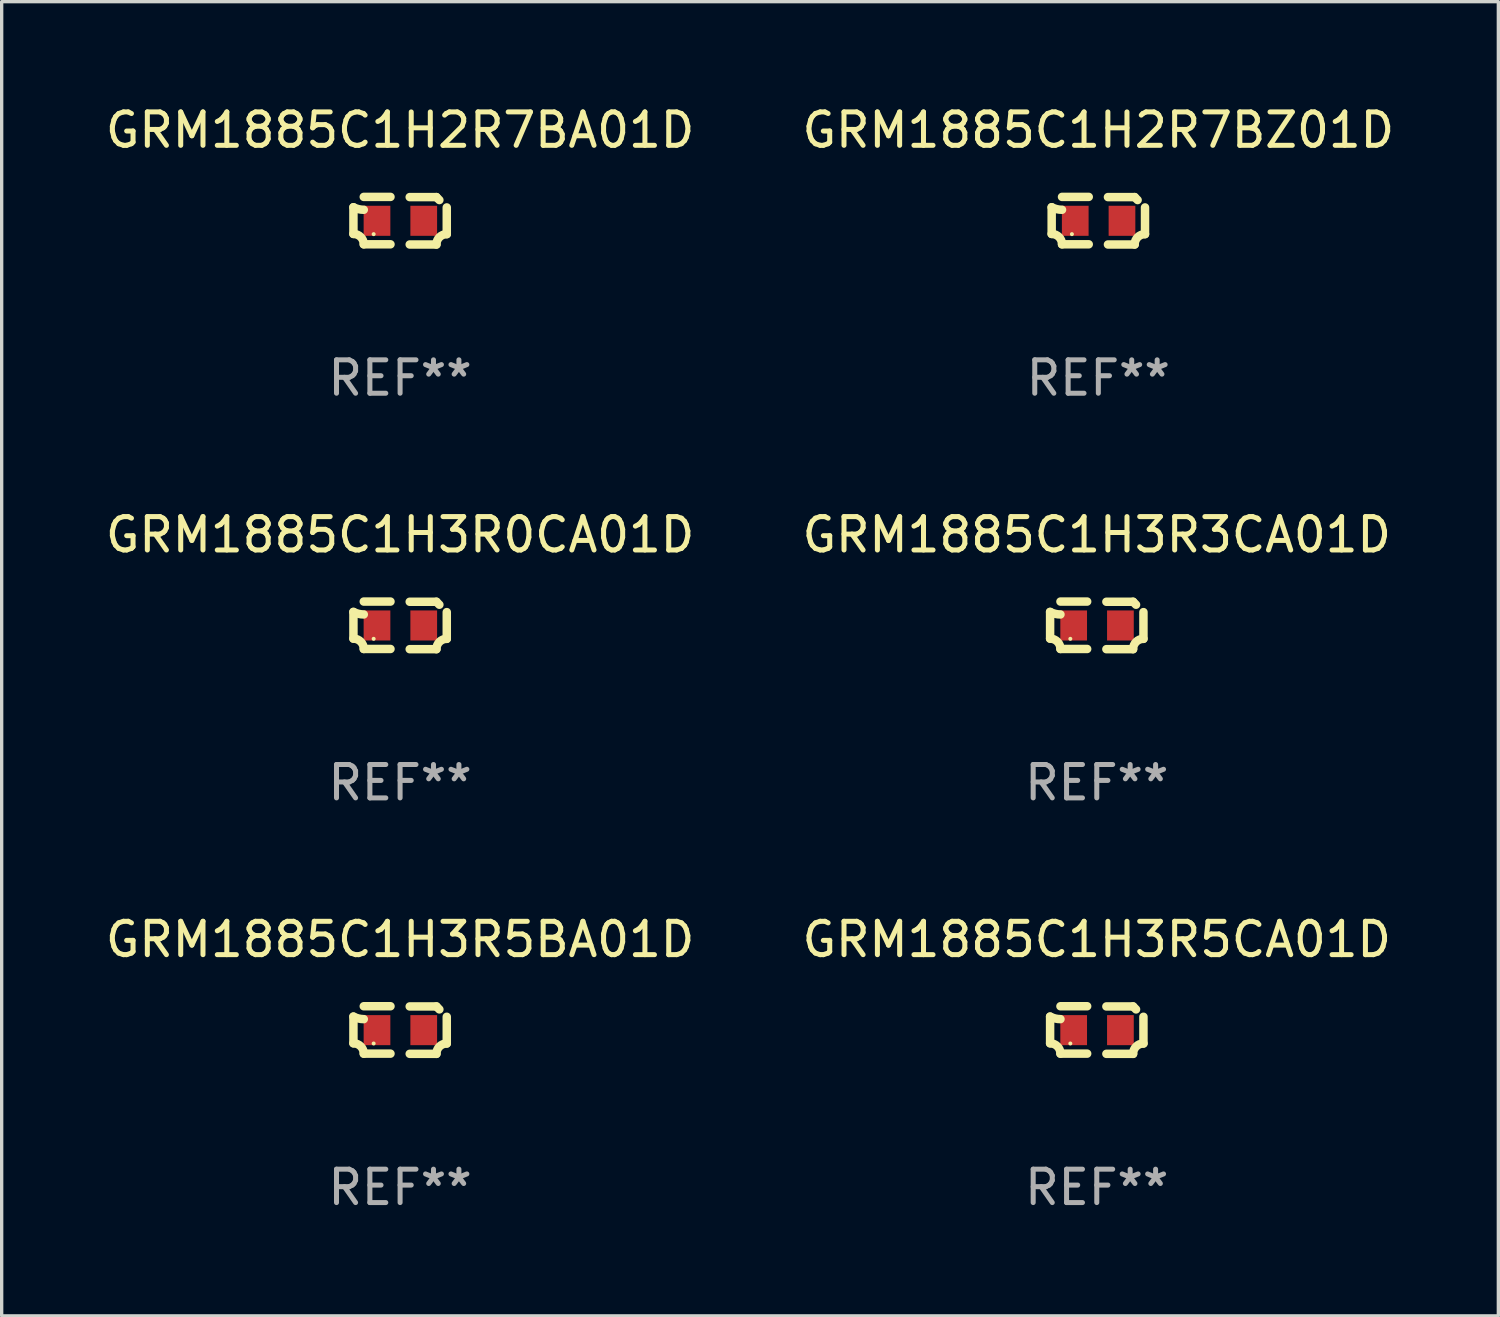
<source format=kicad_pcb>
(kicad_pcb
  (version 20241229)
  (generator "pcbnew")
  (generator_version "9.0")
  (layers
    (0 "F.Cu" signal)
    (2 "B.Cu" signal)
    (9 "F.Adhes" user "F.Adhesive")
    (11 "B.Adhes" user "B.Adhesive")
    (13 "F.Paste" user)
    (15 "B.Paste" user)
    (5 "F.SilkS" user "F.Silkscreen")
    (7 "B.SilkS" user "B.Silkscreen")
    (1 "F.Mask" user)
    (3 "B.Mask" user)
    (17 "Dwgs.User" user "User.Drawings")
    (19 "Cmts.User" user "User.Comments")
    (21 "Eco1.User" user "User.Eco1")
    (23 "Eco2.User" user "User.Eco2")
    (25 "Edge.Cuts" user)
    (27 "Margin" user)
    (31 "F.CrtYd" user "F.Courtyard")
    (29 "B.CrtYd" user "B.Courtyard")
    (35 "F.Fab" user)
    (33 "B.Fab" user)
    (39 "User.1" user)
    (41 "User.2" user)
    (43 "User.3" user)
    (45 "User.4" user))
  (footprint "GRM1885C1H2R7BA01D"
    (layer "F.Cu")
    (at 8.935 3.561)
    (property "Reference" "GRM1885C1H2R7BA01D" (at 0 -2.713 0) (layer "F.SilkS") (effects (font (size 1 1) (thickness 0.15))))
    (attr through_hole)
    (fp_line (start -1.398 -0.403) (end -1.398 0.397) (stroke (width 0.254) (type solid)) (layer "F.SilkS"))
    (fp_line (start -0.288 -0.713) (end -1.088 -0.713) (stroke (width 0.254) (type solid)) (layer "F.SilkS"))
    (fp_line (start -0.288 0.707) (end -1.088 0.707) (stroke (width 0.254) (type solid)) (layer "F.SilkS"))
    (fp_line (start 0.288 -0.707) (end 1.088 -0.707) (stroke (width 0.254) (type solid)) (layer "F.SilkS"))
    (fp_line (start 0.288 0.713) (end 1.088 0.713) (stroke (width 0.254) (type solid)) (layer "F.SilkS"))
    (fp_line (start 1.398 -0.397) (end 1.398 0.403) (stroke (width 0.254) (type solid)) (layer "F.SilkS"))
    (fp_arc (start -1.397789 0.397066) (mid -1.178701 0.487826) (end -1.08796 0.706922) (stroke (width 0.254001) (type solid)) (layer "F.SilkS"))
    (fp_arc (start -1.08796 -0.327176) (mid -1.247436 -0.346384) (end -1.39779 -0.402908) (stroke (width 0.254001) (type solid)) (layer "F.SilkS"))
    (fp_arc (start 1.087909 0.712738) (mid 1.178656 0.493655) (end 1.397739 0.402908) (stroke (width 0.254001) (type solid)) (layer "F.SilkS"))
    (fp_arc (start 1.175925 -0.618926) (mid 1.131917 -0.662923) (end 1.08791 -0.706922) (stroke (width 0.254001) (type solid)) (layer "F.SilkS"))
    (fp_circle (center -0.792 0.403) (end -0.762 0.403) (stroke (width 0.06) (type solid)) (fill no) (layer "F.SilkS"))
    (fp_text user "REF**" (at 0 4.713 0) (layer "F.Fab") (effects (font (size 1 1) (thickness 0.15))))
    (pad "1" smd rect (at -0.692 0.003) (size 0.8 0.9) (layers "F.Cu" "F.Mask" "F.Paste"))
    (pad "2" smd rect (at 0.708 0.003) (size 0.8 0.9) (layers "F.Cu" "F.Mask" "F.Paste")))
  (footprint "GRM1885C1H3R5BA01D"
    (layer "F.Cu")
    (at 8.935 27.805)
    (property "Reference" "GRM1885C1H3R5BA01D" (at 0 -2.713 0) (layer "F.SilkS") (effects (font (size 1 1) (thickness 0.15))))
    (attr through_hole)
    (fp_line (start -1.398 -0.403) (end -1.398 0.397) (stroke (width 0.254) (type solid)) (layer "F.SilkS"))
    (fp_line (start -0.288 -0.713) (end -1.088 -0.713) (stroke (width 0.254) (type solid)) (layer "F.SilkS"))
    (fp_line (start -0.288 0.707) (end -1.088 0.707) (stroke (width 0.254) (type solid)) (layer "F.SilkS"))
    (fp_line (start 0.288 -0.707) (end 1.088 -0.707) (stroke (width 0.254) (type solid)) (layer "F.SilkS"))
    (fp_line (start 0.288 0.713) (end 1.088 0.713) (stroke (width 0.254) (type solid)) (layer "F.SilkS"))
    (fp_line (start 1.398 -0.397) (end 1.398 0.403) (stroke (width 0.254) (type solid)) (layer "F.SilkS"))
    (fp_arc (start -1.397789 0.397066) (mid -1.178701 0.487826) (end -1.08796 0.706922) (stroke (width 0.254001) (type solid)) (layer "F.SilkS"))
    (fp_arc (start -1.08796 -0.327176) (mid -1.247436 -0.346384) (end -1.39779 -0.402908) (stroke (width 0.254001) (type solid)) (layer "F.SilkS"))
    (fp_arc (start 1.087909 0.712738) (mid 1.178656 0.493655) (end 1.397739 0.402908) (stroke (width 0.254001) (type solid)) (layer "F.SilkS"))
    (fp_arc (start 1.175925 -0.618926) (mid 1.131917 -0.662923) (end 1.08791 -0.706922) (stroke (width 0.254001) (type solid)) (layer "F.SilkS"))
    (fp_circle (center -0.792 0.403) (end -0.762 0.403) (stroke (width 0.06) (type solid)) (fill no) (layer "F.SilkS"))
    (fp_text user "REF**" (at 0 4.713 0) (layer "F.Fab") (effects (font (size 1 1) (thickness 0.15))))
    (pad "1" smd rect (at -0.692 0.003) (size 0.8 0.9) (layers "F.Cu" "F.Mask" "F.Paste"))
    (pad "2" smd rect (at 0.708 0.003) (size 0.8 0.9) (layers "F.Cu" "F.Mask" "F.Paste")))
  (footprint "GRM1885C1H3R5CA01D"
    (layer "F.Cu")
    (at 29.804 27.805)
    (property "Reference" "GRM1885C1H3R5CA01D" (at 0 -2.713 0) (layer "F.SilkS") (effects (font (size 1 1) (thickness 0.15))))
    (attr through_hole)
    (fp_line (start -1.398 -0.403) (end -1.398 0.397) (stroke (width 0.254) (type solid)) (layer "F.SilkS"))
    (fp_line (start -0.288 -0.713) (end -1.088 -0.713) (stroke (width 0.254) (type solid)) (layer "F.SilkS"))
    (fp_line (start -0.288 0.707) (end -1.088 0.707) (stroke (width 0.254) (type solid)) (layer "F.SilkS"))
    (fp_line (start 0.288 -0.707) (end 1.088 -0.707) (stroke (width 0.254) (type solid)) (layer "F.SilkS"))
    (fp_line (start 0.288 0.713) (end 1.088 0.713) (stroke (width 0.254) (type solid)) (layer "F.SilkS"))
    (fp_line (start 1.398 -0.397) (end 1.398 0.403) (stroke (width 0.254) (type solid)) (layer "F.SilkS"))
    (fp_arc (start -1.397789 0.397066) (mid -1.178701 0.487826) (end -1.08796 0.706922) (stroke (width 0.254001) (type solid)) (layer "F.SilkS"))
    (fp_arc (start -1.08796 -0.327176) (mid -1.247436 -0.346384) (end -1.39779 -0.402908) (stroke (width 0.254001) (type solid)) (layer "F.SilkS"))
    (fp_arc (start 1.087909 0.712738) (mid 1.178656 0.493655) (end 1.397739 0.402908) (stroke (width 0.254001) (type solid)) (layer "F.SilkS"))
    (fp_arc (start 1.175925 -0.618926) (mid 1.131917 -0.662923) (end 1.08791 -0.706922) (stroke (width 0.254001) (type solid)) (layer "F.SilkS"))
    (fp_circle (center -0.792 0.403) (end -0.762 0.403) (stroke (width 0.06) (type solid)) (fill no) (layer "F.SilkS"))
    (fp_text user "REF**" (at 0 4.713 0) (layer "F.Fab") (effects (font (size 1 1) (thickness 0.15))))
    (pad "1" smd rect (at -0.692 0.003) (size 0.8 0.9) (layers "F.Cu" "F.Mask" "F.Paste"))
    (pad "2" smd rect (at 0.708 0.003) (size 0.8 0.9) (layers "F.Cu" "F.Mask" "F.Paste")))
  (footprint "GRM1885C1H3R0CA01D"
    (layer "F.Cu")
    (at 8.935 15.683)
    (property "Reference" "GRM1885C1H3R0CA01D" (at 0 -2.713 0) (layer "F.SilkS") (effects (font (size 1 1) (thickness 0.15))))
    (attr through_hole)
    (fp_line (start -1.398 -0.403) (end -1.398 0.397) (stroke (width 0.254) (type solid)) (layer "F.SilkS"))
    (fp_line (start -0.288 -0.713) (end -1.088 -0.713) (stroke (width 0.254) (type solid)) (layer "F.SilkS"))
    (fp_line (start -0.288 0.707) (end -1.088 0.707) (stroke (width 0.254) (type solid)) (layer "F.SilkS"))
    (fp_line (start 0.288 -0.707) (end 1.088 -0.707) (stroke (width 0.254) (type solid)) (layer "F.SilkS"))
    (fp_line (start 0.288 0.713) (end 1.088 0.713) (stroke (width 0.254) (type solid)) (layer "F.SilkS"))
    (fp_line (start 1.398 -0.397) (end 1.398 0.403) (stroke (width 0.254) (type solid)) (layer "F.SilkS"))
    (fp_arc (start -1.397789 0.397066) (mid -1.178701 0.487826) (end -1.08796 0.706922) (stroke (width 0.254001) (type solid)) (layer "F.SilkS"))
    (fp_arc (start -1.08796 -0.327176) (mid -1.247436 -0.346384) (end -1.39779 -0.402908) (stroke (width 0.254001) (type solid)) (layer "F.SilkS"))
    (fp_arc (start 1.087909 0.712738) (mid 1.178656 0.493655) (end 1.397739 0.402908) (stroke (width 0.254001) (type solid)) (layer "F.SilkS"))
    (fp_arc (start 1.175925 -0.618926) (mid 1.131917 -0.662923) (end 1.08791 -0.706922) (stroke (width 0.254001) (type solid)) (layer "F.SilkS"))
    (fp_circle (center -0.792 0.403) (end -0.762 0.403) (stroke (width 0.06) (type solid)) (fill no) (layer "F.SilkS"))
    (fp_text user "REF**" (at 0 4.713 0) (layer "F.Fab") (effects (font (size 1 1) (thickness 0.15))))
    (pad "1" smd rect (at -0.692 0.003) (size 0.8 0.9) (layers "F.Cu" "F.Mask" "F.Paste"))
    (pad "2" smd rect (at 0.708 0.003) (size 0.8 0.9) (layers "F.Cu" "F.Mask" "F.Paste")))
  (footprint "GRM1885C1H3R3CA01D"
    (layer "F.Cu")
    (at 29.804 15.683)
    (property "Reference" "GRM1885C1H3R3CA01D" (at 0 -2.713 0) (layer "F.SilkS") (effects (font (size 1 1) (thickness 0.15))))
    (attr through_hole)
    (fp_line (start -1.398 -0.403) (end -1.398 0.397) (stroke (width 0.254) (type solid)) (layer "F.SilkS"))
    (fp_line (start -0.288 -0.713) (end -1.088 -0.713) (stroke (width 0.254) (type solid)) (layer "F.SilkS"))
    (fp_line (start -0.288 0.707) (end -1.088 0.707) (stroke (width 0.254) (type solid)) (layer "F.SilkS"))
    (fp_line (start 0.288 -0.707) (end 1.088 -0.707) (stroke (width 0.254) (type solid)) (layer "F.SilkS"))
    (fp_line (start 0.288 0.713) (end 1.088 0.713) (stroke (width 0.254) (type solid)) (layer "F.SilkS"))
    (fp_line (start 1.398 -0.397) (end 1.398 0.403) (stroke (width 0.254) (type solid)) (layer "F.SilkS"))
    (fp_arc (start -1.397789 0.397066) (mid -1.178701 0.487826) (end -1.08796 0.706922) (stroke (width 0.254001) (type solid)) (layer "F.SilkS"))
    (fp_arc (start -1.08796 -0.327176) (mid -1.247436 -0.346384) (end -1.39779 -0.402908) (stroke (width 0.254001) (type solid)) (layer "F.SilkS"))
    (fp_arc (start 1.087909 0.712738) (mid 1.178656 0.493655) (end 1.397739 0.402908) (stroke (width 0.254001) (type solid)) (layer "F.SilkS"))
    (fp_arc (start 1.175925 -0.618926) (mid 1.131917 -0.662923) (end 1.08791 -0.706922) (stroke (width 0.254001) (type solid)) (layer "F.SilkS"))
    (fp_circle (center -0.792 0.403) (end -0.762 0.403) (stroke (width 0.06) (type solid)) (fill no) (layer "F.SilkS"))
    (fp_text user "REF**" (at 0 4.713 0) (layer "F.Fab") (effects (font (size 1 1) (thickness 0.15))))
    (pad "1" smd rect (at -0.692 0.003) (size 0.8 0.9) (layers "F.Cu" "F.Mask" "F.Paste"))
    (pad "2" smd rect (at 0.708 0.003) (size 0.8 0.9) (layers "F.Cu" "F.Mask" "F.Paste")))
  (footprint "GRM1885C1H2R7BZ01D"
    (layer "F.Cu")
    (at 29.851 3.561)
    (property "Reference" "GRM1885C1H2R7BZ01D" (at 0 -2.713 0) (layer "F.SilkS") (effects (font (size 1 1) (thickness 0.15))))
    (attr through_hole)
    (fp_line (start -1.398 -0.403) (end -1.398 0.397) (stroke (width 0.254) (type solid)) (layer "F.SilkS"))
    (fp_line (start -0.288 -0.713) (end -1.088 -0.713) (stroke (width 0.254) (type solid)) (layer "F.SilkS"))
    (fp_line (start -0.288 0.707) (end -1.088 0.707) (stroke (width 0.254) (type solid)) (layer "F.SilkS"))
    (fp_line (start 0.288 -0.707) (end 1.088 -0.707) (stroke (width 0.254) (type solid)) (layer "F.SilkS"))
    (fp_line (start 0.288 0.713) (end 1.088 0.713) (stroke (width 0.254) (type solid)) (layer "F.SilkS"))
    (fp_line (start 1.398 -0.397) (end 1.398 0.403) (stroke (width 0.254) (type solid)) (layer "F.SilkS"))
    (fp_arc (start -1.397789 0.397066) (mid -1.178701 0.487826) (end -1.08796 0.706922) (stroke (width 0.254001) (type solid)) (layer "F.SilkS"))
    (fp_arc (start -1.08796 -0.327176) (mid -1.247436 -0.346384) (end -1.39779 -0.402908) (stroke (width 0.254001) (type solid)) (layer "F.SilkS"))
    (fp_arc (start 1.087909 0.712738) (mid 1.178656 0.493655) (end 1.397739 0.402908) (stroke (width 0.254001) (type solid)) (layer "F.SilkS"))
    (fp_arc (start 1.175925 -0.618926) (mid 1.131917 -0.662923) (end 1.08791 -0.706922) (stroke (width 0.254001) (type solid)) (layer "F.SilkS"))
    (fp_circle (center -0.792 0.403) (end -0.762 0.403) (stroke (width 0.06) (type solid)) (fill no) (layer "F.SilkS"))
    (fp_text user "REF**" (at 0 4.713 0) (layer "F.Fab") (effects (font (size 1 1) (thickness 0.15))))
    (pad "1" smd rect (at -0.692 0.003) (size 0.8 0.9) (layers "F.Cu" "F.Mask" "F.Paste"))
    (pad "2" smd rect (at 0.708 0.003) (size 0.8 0.9) (layers "F.Cu" "F.Mask" "F.Paste")))
  (gr_rect
    (start -3 -3)
    (end 41.833 36.366)
    (stroke (width 0.1) (type default))
    (fill no)
    (layer "Edge.Cuts")))
</source>
